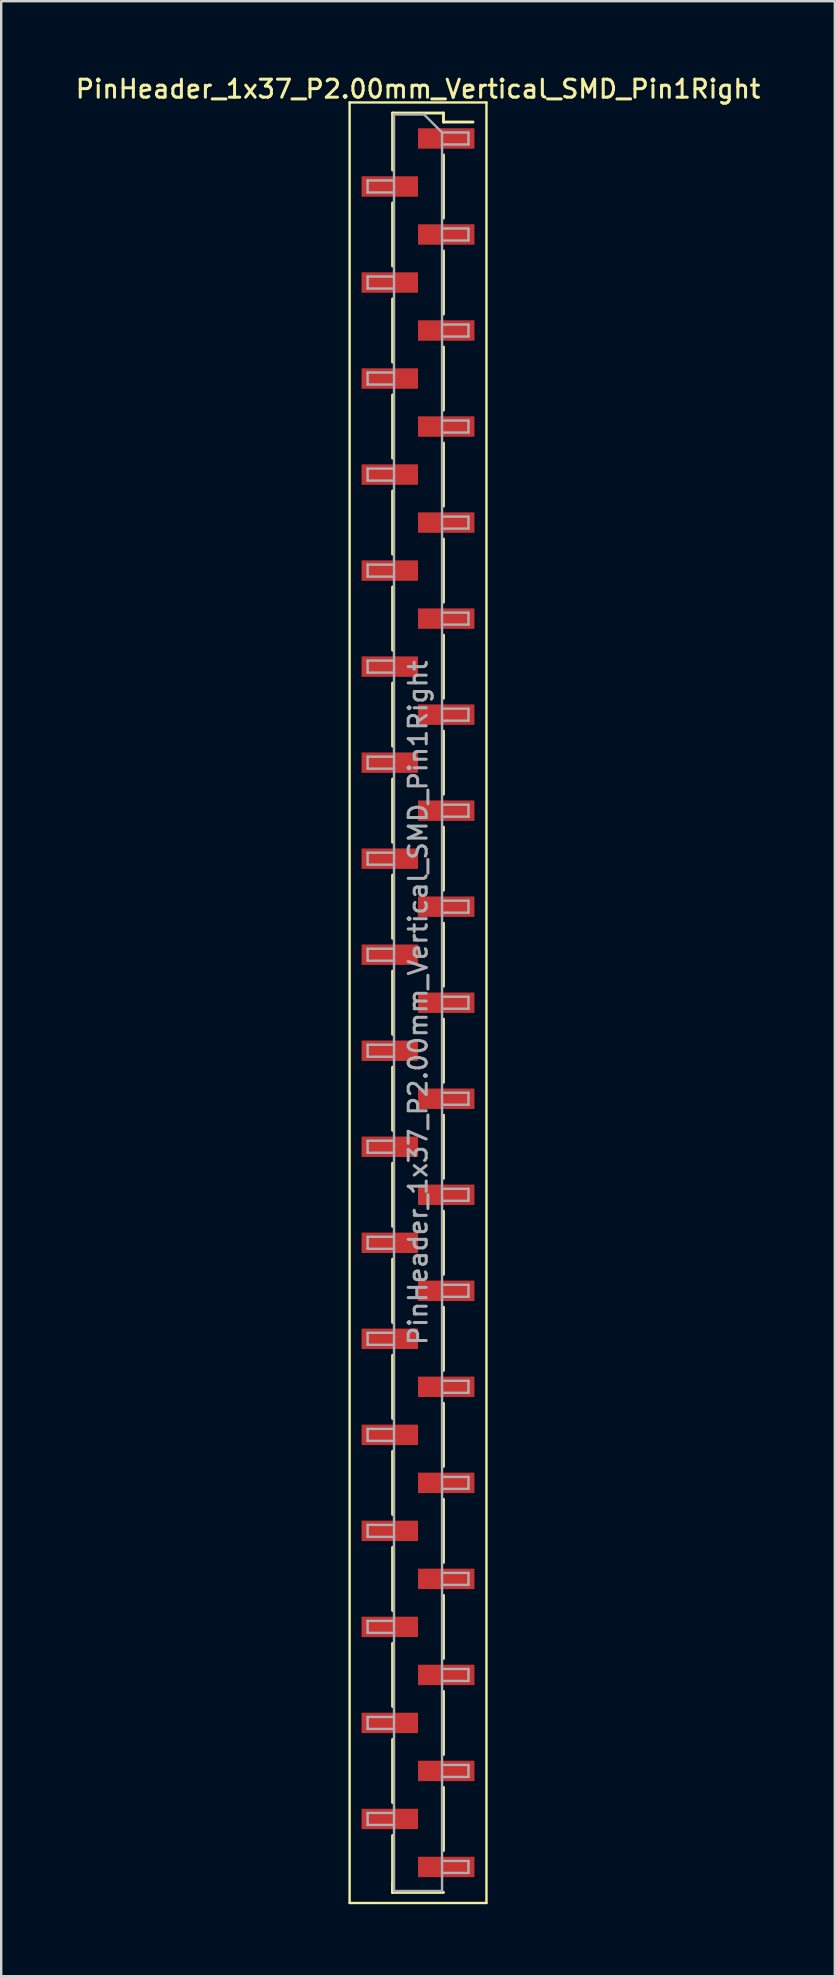
<source format=kicad_pcb>
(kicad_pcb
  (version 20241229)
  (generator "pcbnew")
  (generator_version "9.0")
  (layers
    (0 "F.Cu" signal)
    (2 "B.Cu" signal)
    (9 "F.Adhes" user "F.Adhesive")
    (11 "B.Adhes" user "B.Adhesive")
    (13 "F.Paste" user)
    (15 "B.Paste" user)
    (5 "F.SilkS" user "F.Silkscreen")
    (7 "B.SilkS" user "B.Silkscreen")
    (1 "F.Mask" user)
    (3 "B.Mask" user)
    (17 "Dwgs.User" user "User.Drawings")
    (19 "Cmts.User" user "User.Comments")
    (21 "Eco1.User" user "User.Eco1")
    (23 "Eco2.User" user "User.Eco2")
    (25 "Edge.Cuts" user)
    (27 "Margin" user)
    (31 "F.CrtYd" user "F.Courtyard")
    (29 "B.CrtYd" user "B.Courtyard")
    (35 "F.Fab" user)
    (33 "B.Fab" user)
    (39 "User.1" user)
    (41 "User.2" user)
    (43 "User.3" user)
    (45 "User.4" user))
  (footprint "PinHeader_1x37_P2.00mm_Vertical_SMD_Pin1Right"
    (layer "F.Cu")
    (at 14.363 38.718)
    (property "Reference" "PinHeader_1x37_P2.00mm_Vertical_SMD_Pin1Right" (at 0 -38.06 0) (layer "F.SilkS") (effects (font (size 0.75 0.75) (thickness 0.125))))
    (attr smd)
    (fp_line (start -2.85 -37.5) (end -2.85 37.5) (stroke (width 0.1) (type solid)) (layer "F.SilkS"))
    (fp_line (start -2.85 37.5) (end 2.85 37.5) (stroke (width 0.1) (type solid)) (layer "F.SilkS"))
    (fp_line (start -1.06 -37.06) (end -1.06 -34.685) (stroke (width 0.12) (type solid)) (layer "F.SilkS"))
    (fp_line (start -1.06 -37.06) (end 1.06 -37.06) (stroke (width 0.12) (type solid)) (layer "F.SilkS"))
    (fp_line (start -1.06 -33.315) (end -1.06 -30.685) (stroke (width 0.12) (type solid)) (layer "F.SilkS"))
    (fp_line (start -1.06 -29.315) (end -1.06 -26.685) (stroke (width 0.12) (type solid)) (layer "F.SilkS"))
    (fp_line (start -1.06 -25.315) (end -1.06 -22.685) (stroke (width 0.12) (type solid)) (layer "F.SilkS"))
    (fp_line (start -1.06 -21.315) (end -1.06 -18.685) (stroke (width 0.12) (type solid)) (layer "F.SilkS"))
    (fp_line (start -1.06 -17.315) (end -1.06 -14.685) (stroke (width 0.12) (type solid)) (layer "F.SilkS"))
    (fp_line (start -1.06 -13.315) (end -1.06 -10.685) (stroke (width 0.12) (type solid)) (layer "F.SilkS"))
    (fp_line (start -1.06 -9.315) (end -1.06 -6.685) (stroke (width 0.12) (type solid)) (layer "F.SilkS"))
    (fp_line (start -1.06 -5.315) (end -1.06 -2.685) (stroke (width 0.12) (type solid)) (layer "F.SilkS"))
    (fp_line (start -1.06 -1.315) (end -1.06 1.315) (stroke (width 0.12) (type solid)) (layer "F.SilkS"))
    (fp_line (start -1.06 2.685) (end -1.06 5.315) (stroke (width 0.12) (type solid)) (layer "F.SilkS"))
    (fp_line (start -1.06 6.685) (end -1.06 9.315) (stroke (width 0.12) (type solid)) (layer "F.SilkS"))
    (fp_line (start -1.06 10.685) (end -1.06 13.315) (stroke (width 0.12) (type solid)) (layer "F.SilkS"))
    (fp_line (start -1.06 14.685) (end -1.06 17.315) (stroke (width 0.12) (type solid)) (layer "F.SilkS"))
    (fp_line (start -1.06 18.685) (end -1.06 21.315) (stroke (width 0.12) (type solid)) (layer "F.SilkS"))
    (fp_line (start -1.06 22.685) (end -1.06 25.315) (stroke (width 0.12) (type solid)) (layer "F.SilkS"))
    (fp_line (start -1.06 26.685) (end -1.06 29.315) (stroke (width 0.12) (type solid)) (layer "F.SilkS"))
    (fp_line (start -1.06 30.685) (end -1.06 33.315) (stroke (width 0.12) (type solid)) (layer "F.SilkS"))
    (fp_line (start -1.06 34.685) (end -1.06 37.06) (stroke (width 0.12) (type solid)) (layer "F.SilkS"))
    (fp_line (start -1.06 36.685) (end -1.06 37.06) (stroke (width 0.12) (type solid)) (layer "F.SilkS"))
    (fp_line (start -1.06 37.06) (end 1.06 37.06) (stroke (width 0.12) (type solid)) (layer "F.SilkS"))
    (fp_line (start 1.06 -37.06) (end 1.06 -36.685) (stroke (width 0.12) (type solid)) (layer "F.SilkS"))
    (fp_line (start 1.06 -36.685) (end 2.29 -36.685) (stroke (width 0.12) (type solid)) (layer "F.SilkS"))
    (fp_line (start 1.06 -35.315) (end 1.06 -32.685) (stroke (width 0.12) (type solid)) (layer "F.SilkS"))
    (fp_line (start 1.06 -31.315) (end 1.06 -28.685) (stroke (width 0.12) (type solid)) (layer "F.SilkS"))
    (fp_line (start 1.06 -27.315) (end 1.06 -24.685) (stroke (width 0.12) (type solid)) (layer "F.SilkS"))
    (fp_line (start 1.06 -23.315) (end 1.06 -20.685) (stroke (width 0.12) (type solid)) (layer "F.SilkS"))
    (fp_line (start 1.06 -19.315) (end 1.06 -16.685) (stroke (width 0.12) (type solid)) (layer "F.SilkS"))
    (fp_line (start 1.06 -15.315) (end 1.06 -12.685) (stroke (width 0.12) (type solid)) (layer "F.SilkS"))
    (fp_line (start 1.06 -11.315) (end 1.06 -8.685) (stroke (width 0.12) (type solid)) (layer "F.SilkS"))
    (fp_line (start 1.06 -7.315) (end 1.06 -4.685) (stroke (width 0.12) (type solid)) (layer "F.SilkS"))
    (fp_line (start 1.06 -3.315) (end 1.06 -0.685) (stroke (width 0.12) (type solid)) (layer "F.SilkS"))
    (fp_line (start 1.06 0.685) (end 1.06 3.315) (stroke (width 0.12) (type solid)) (layer "F.SilkS"))
    (fp_line (start 1.06 4.685) (end 1.06 7.315) (stroke (width 0.12) (type solid)) (layer "F.SilkS"))
    (fp_line (start 1.06 8.685) (end 1.06 11.315) (stroke (width 0.12) (type solid)) (layer "F.SilkS"))
    (fp_line (start 1.06 12.685) (end 1.06 15.315) (stroke (width 0.12) (type solid)) (layer "F.SilkS"))
    (fp_line (start 1.06 16.685) (end 1.06 19.315) (stroke (width 0.12) (type solid)) (layer "F.SilkS"))
    (fp_line (start 1.06 20.685) (end 1.06 23.315) (stroke (width 0.12) (type solid)) (layer "F.SilkS"))
    (fp_line (start 1.06 24.685) (end 1.06 27.315) (stroke (width 0.12) (type solid)) (layer "F.SilkS"))
    (fp_line (start 1.06 28.685) (end 1.06 31.315) (stroke (width 0.12) (type solid)) (layer "F.SilkS"))
    (fp_line (start 1.06 32.685) (end 1.06 35.315) (stroke (width 0.12) (type solid)) (layer "F.SilkS"))
    (fp_line (start 2.85 -37.5) (end -2.85 -37.5) (stroke (width 0.1) (type solid)) (layer "F.SilkS"))
    (fp_line (start 2.85 37.5) (end 2.85 -37.5) (stroke (width 0.1) (type solid)) (layer "F.SilkS"))
    (fp_line (start -2.1 -34.25) (end -2.1 -33.75) (stroke (width 0.1) (type solid)) (layer "F.Fab"))
    (fp_line (start -2.1 -33.75) (end -1 -33.75) (stroke (width 0.1) (type solid)) (layer "F.Fab"))
    (fp_line (start -2.1 -30.25) (end -2.1 -29.75) (stroke (width 0.1) (type solid)) (layer "F.Fab"))
    (fp_line (start -2.1 -29.75) (end -1 -29.75) (stroke (width 0.1) (type solid)) (layer "F.Fab"))
    (fp_line (start -2.1 -26.25) (end -2.1 -25.75) (stroke (width 0.1) (type solid)) (layer "F.Fab"))
    (fp_line (start -2.1 -25.75) (end -1 -25.75) (stroke (width 0.1) (type solid)) (layer "F.Fab"))
    (fp_line (start -2.1 -22.25) (end -2.1 -21.75) (stroke (width 0.1) (type solid)) (layer "F.Fab"))
    (fp_line (start -2.1 -21.75) (end -1 -21.75) (stroke (width 0.1) (type solid)) (layer "F.Fab"))
    (fp_line (start -2.1 -18.25) (end -2.1 -17.75) (stroke (width 0.1) (type solid)) (layer "F.Fab"))
    (fp_line (start -2.1 -17.75) (end -1 -17.75) (stroke (width 0.1) (type solid)) (layer "F.Fab"))
    (fp_line (start -2.1 -14.25) (end -2.1 -13.75) (stroke (width 0.1) (type solid)) (layer "F.Fab"))
    (fp_line (start -2.1 -13.75) (end -1 -13.75) (stroke (width 0.1) (type solid)) (layer "F.Fab"))
    (fp_line (start -2.1 -10.25) (end -2.1 -9.75) (stroke (width 0.1) (type solid)) (layer "F.Fab"))
    (fp_line (start -2.1 -9.75) (end -1 -9.75) (stroke (width 0.1) (type solid)) (layer "F.Fab"))
    (fp_line (start -2.1 -6.25) (end -2.1 -5.75) (stroke (width 0.1) (type solid)) (layer "F.Fab"))
    (fp_line (start -2.1 -5.75) (end -1 -5.75) (stroke (width 0.1) (type solid)) (layer "F.Fab"))
    (fp_line (start -2.1 -2.25) (end -2.1 -1.75) (stroke (width 0.1) (type solid)) (layer "F.Fab"))
    (fp_line (start -2.1 -1.75) (end -1 -1.75) (stroke (width 0.1) (type solid)) (layer "F.Fab"))
    (fp_line (start -2.1 1.75) (end -2.1 2.25) (stroke (width 0.1) (type solid)) (layer "F.Fab"))
    (fp_line (start -2.1 2.25) (end -1 2.25) (stroke (width 0.1) (type solid)) (layer "F.Fab"))
    (fp_line (start -2.1 5.75) (end -2.1 6.25) (stroke (width 0.1) (type solid)) (layer "F.Fab"))
    (fp_line (start -2.1 6.25) (end -1 6.25) (stroke (width 0.1) (type solid)) (layer "F.Fab"))
    (fp_line (start -2.1 9.75) (end -2.1 10.25) (stroke (width 0.1) (type solid)) (layer "F.Fab"))
    (fp_line (start -2.1 10.25) (end -1 10.25) (stroke (width 0.1) (type solid)) (layer "F.Fab"))
    (fp_line (start -2.1 13.75) (end -2.1 14.25) (stroke (width 0.1) (type solid)) (layer "F.Fab"))
    (fp_line (start -2.1 14.25) (end -1 14.25) (stroke (width 0.1) (type solid)) (layer "F.Fab"))
    (fp_line (start -2.1 17.75) (end -2.1 18.25) (stroke (width 0.1) (type solid)) (layer "F.Fab"))
    (fp_line (start -2.1 18.25) (end -1 18.25) (stroke (width 0.1) (type solid)) (layer "F.Fab"))
    (fp_line (start -2.1 21.75) (end -2.1 22.25) (stroke (width 0.1) (type solid)) (layer "F.Fab"))
    (fp_line (start -2.1 22.25) (end -1 22.25) (stroke (width 0.1) (type solid)) (layer "F.Fab"))
    (fp_line (start -2.1 25.75) (end -2.1 26.25) (stroke (width 0.1) (type solid)) (layer "F.Fab"))
    (fp_line (start -2.1 26.25) (end -1 26.25) (stroke (width 0.1) (type solid)) (layer "F.Fab"))
    (fp_line (start -2.1 29.75) (end -2.1 30.25) (stroke (width 0.1) (type solid)) (layer "F.Fab"))
    (fp_line (start -2.1 30.25) (end -1 30.25) (stroke (width 0.1) (type solid)) (layer "F.Fab"))
    (fp_line (start -2.1 33.75) (end -2.1 34.25) (stroke (width 0.1) (type solid)) (layer "F.Fab"))
    (fp_line (start -2.1 34.25) (end -1 34.25) (stroke (width 0.1) (type solid)) (layer "F.Fab"))
    (fp_line (start -1 -37) (end -1 37) (stroke (width 0.1) (type solid)) (layer "F.Fab"))
    (fp_line (start -1 -37) (end 0.25 -37) (stroke (width 0.1) (type solid)) (layer "F.Fab"))
    (fp_line (start -1 -34.25) (end -2.1 -34.25) (stroke (width 0.1) (type solid)) (layer "F.Fab"))
    (fp_line (start -1 -30.25) (end -2.1 -30.25) (stroke (width 0.1) (type solid)) (layer "F.Fab"))
    (fp_line (start -1 -26.25) (end -2.1 -26.25) (stroke (width 0.1) (type solid)) (layer "F.Fab"))
    (fp_line (start -1 -22.25) (end -2.1 -22.25) (stroke (width 0.1) (type solid)) (layer "F.Fab"))
    (fp_line (start -1 -18.25) (end -2.1 -18.25) (stroke (width 0.1) (type solid)) (layer "F.Fab"))
    (fp_line (start -1 -14.25) (end -2.1 -14.25) (stroke (width 0.1) (type solid)) (layer "F.Fab"))
    (fp_line (start -1 -10.25) (end -2.1 -10.25) (stroke (width 0.1) (type solid)) (layer "F.Fab"))
    (fp_line (start -1 -6.25) (end -2.1 -6.25) (stroke (width 0.1) (type solid)) (layer "F.Fab"))
    (fp_line (start -1 -2.25) (end -2.1 -2.25) (stroke (width 0.1) (type solid)) (layer "F.Fab"))
    (fp_line (start -1 1.75) (end -2.1 1.75) (stroke (width 0.1) (type solid)) (layer "F.Fab"))
    (fp_line (start -1 5.75) (end -2.1 5.75) (stroke (width 0.1) (type solid)) (layer "F.Fab"))
    (fp_line (start -1 9.75) (end -2.1 9.75) (stroke (width 0.1) (type solid)) (layer "F.Fab"))
    (fp_line (start -1 13.75) (end -2.1 13.75) (stroke (width 0.1) (type solid)) (layer "F.Fab"))
    (fp_line (start -1 17.75) (end -2.1 17.75) (stroke (width 0.1) (type solid)) (layer "F.Fab"))
    (fp_line (start -1 21.75) (end -2.1 21.75) (stroke (width 0.1) (type solid)) (layer "F.Fab"))
    (fp_line (start -1 25.75) (end -2.1 25.75) (stroke (width 0.1) (type solid)) (layer "F.Fab"))
    (fp_line (start -1 29.75) (end -2.1 29.75) (stroke (width 0.1) (type solid)) (layer "F.Fab"))
    (fp_line (start -1 33.75) (end -2.1 33.75) (stroke (width 0.1) (type solid)) (layer "F.Fab"))
    (fp_line (start 1 -36.25) (end 0.25 -37) (stroke (width 0.1) (type solid)) (layer "F.Fab"))
    (fp_line (start 1 -36.25) (end 2.1 -36.25) (stroke (width 0.1) (type solid)) (layer "F.Fab"))
    (fp_line (start 1 -32.25) (end 2.1 -32.25) (stroke (width 0.1) (type solid)) (layer "F.Fab"))
    (fp_line (start 1 -28.25) (end 2.1 -28.25) (stroke (width 0.1) (type solid)) (layer "F.Fab"))
    (fp_line (start 1 -24.25) (end 2.1 -24.25) (stroke (width 0.1) (type solid)) (layer "F.Fab"))
    (fp_line (start 1 -20.25) (end 2.1 -20.25) (stroke (width 0.1) (type solid)) (layer "F.Fab"))
    (fp_line (start 1 -16.25) (end 2.1 -16.25) (stroke (width 0.1) (type solid)) (layer "F.Fab"))
    (fp_line (start 1 -12.25) (end 2.1 -12.25) (stroke (width 0.1) (type solid)) (layer "F.Fab"))
    (fp_line (start 1 -8.25) (end 2.1 -8.25) (stroke (width 0.1) (type solid)) (layer "F.Fab"))
    (fp_line (start 1 -4.25) (end 2.1 -4.25) (stroke (width 0.1) (type solid)) (layer "F.Fab"))
    (fp_line (start 1 -0.25) (end 2.1 -0.25) (stroke (width 0.1) (type solid)) (layer "F.Fab"))
    (fp_line (start 1 3.75) (end 2.1 3.75) (stroke (width 0.1) (type solid)) (layer "F.Fab"))
    (fp_line (start 1 7.75) (end 2.1 7.75) (stroke (width 0.1) (type solid)) (layer "F.Fab"))
    (fp_line (start 1 11.75) (end 2.1 11.75) (stroke (width 0.1) (type solid)) (layer "F.Fab"))
    (fp_line (start 1 15.75) (end 2.1 15.75) (stroke (width 0.1) (type solid)) (layer "F.Fab"))
    (fp_line (start 1 19.75) (end 2.1 19.75) (stroke (width 0.1) (type solid)) (layer "F.Fab"))
    (fp_line (start 1 23.75) (end 2.1 23.75) (stroke (width 0.1) (type solid)) (layer "F.Fab"))
    (fp_line (start 1 27.75) (end 2.1 27.75) (stroke (width 0.1) (type solid)) (layer "F.Fab"))
    (fp_line (start 1 31.75) (end 2.1 31.75) (stroke (width 0.1) (type solid)) (layer "F.Fab"))
    (fp_line (start 1 35.75) (end 2.1 35.75) (stroke (width 0.1) (type solid)) (layer "F.Fab"))
    (fp_line (start 1 37) (end -1 37) (stroke (width 0.1) (type solid)) (layer "F.Fab"))
    (fp_line (start 1 37) (end 1 -36.25) (stroke (width 0.1) (type solid)) (layer "F.Fab"))
    (fp_line (start 2.1 -36.25) (end 2.1 -35.75) (stroke (width 0.1) (type solid)) (layer "F.Fab"))
    (fp_line (start 2.1 -35.75) (end 1 -35.75) (stroke (width 0.1) (type solid)) (layer "F.Fab"))
    (fp_line (start 2.1 -32.25) (end 2.1 -31.75) (stroke (width 0.1) (type solid)) (layer "F.Fab"))
    (fp_line (start 2.1 -31.75) (end 1 -31.75) (stroke (width 0.1) (type solid)) (layer "F.Fab"))
    (fp_line (start 2.1 -28.25) (end 2.1 -27.75) (stroke (width 0.1) (type solid)) (layer "F.Fab"))
    (fp_line (start 2.1 -27.75) (end 1 -27.75) (stroke (width 0.1) (type solid)) (layer "F.Fab"))
    (fp_line (start 2.1 -24.25) (end 2.1 -23.75) (stroke (width 0.1) (type solid)) (layer "F.Fab"))
    (fp_line (start 2.1 -23.75) (end 1 -23.75) (stroke (width 0.1) (type solid)) (layer "F.Fab"))
    (fp_line (start 2.1 -20.25) (end 2.1 -19.75) (stroke (width 0.1) (type solid)) (layer "F.Fab"))
    (fp_line (start 2.1 -19.75) (end 1 -19.75) (stroke (width 0.1) (type solid)) (layer "F.Fab"))
    (fp_line (start 2.1 -16.25) (end 2.1 -15.75) (stroke (width 0.1) (type solid)) (layer "F.Fab"))
    (fp_line (start 2.1 -15.75) (end 1 -15.75) (stroke (width 0.1) (type solid)) (layer "F.Fab"))
    (fp_line (start 2.1 -12.25) (end 2.1 -11.75) (stroke (width 0.1) (type solid)) (layer "F.Fab"))
    (fp_line (start 2.1 -11.75) (end 1 -11.75) (stroke (width 0.1) (type solid)) (layer "F.Fab"))
    (fp_line (start 2.1 -8.25) (end 2.1 -7.75) (stroke (width 0.1) (type solid)) (layer "F.Fab"))
    (fp_line (start 2.1 -7.75) (end 1 -7.75) (stroke (width 0.1) (type solid)) (layer "F.Fab"))
    (fp_line (start 2.1 -4.25) (end 2.1 -3.75) (stroke (width 0.1) (type solid)) (layer "F.Fab"))
    (fp_line (start 2.1 -3.75) (end 1 -3.75) (stroke (width 0.1) (type solid)) (layer "F.Fab"))
    (fp_line (start 2.1 -0.25) (end 2.1 0.25) (stroke (width 0.1) (type solid)) (layer "F.Fab"))
    (fp_line (start 2.1 0.25) (end 1 0.25) (stroke (width 0.1) (type solid)) (layer "F.Fab"))
    (fp_line (start 2.1 3.75) (end 2.1 4.25) (stroke (width 0.1) (type solid)) (layer "F.Fab"))
    (fp_line (start 2.1 4.25) (end 1 4.25) (stroke (width 0.1) (type solid)) (layer "F.Fab"))
    (fp_line (start 2.1 7.75) (end 2.1 8.25) (stroke (width 0.1) (type solid)) (layer "F.Fab"))
    (fp_line (start 2.1 8.25) (end 1 8.25) (stroke (width 0.1) (type solid)) (layer "F.Fab"))
    (fp_line (start 2.1 11.75) (end 2.1 12.25) (stroke (width 0.1) (type solid)) (layer "F.Fab"))
    (fp_line (start 2.1 12.25) (end 1 12.25) (stroke (width 0.1) (type solid)) (layer "F.Fab"))
    (fp_line (start 2.1 15.75) (end 2.1 16.25) (stroke (width 0.1) (type solid)) (layer "F.Fab"))
    (fp_line (start 2.1 16.25) (end 1 16.25) (stroke (width 0.1) (type solid)) (layer "F.Fab"))
    (fp_line (start 2.1 19.75) (end 2.1 20.25) (stroke (width 0.1) (type solid)) (layer "F.Fab"))
    (fp_line (start 2.1 20.25) (end 1 20.25) (stroke (width 0.1) (type solid)) (layer "F.Fab"))
    (fp_line (start 2.1 23.75) (end 2.1 24.25) (stroke (width 0.1) (type solid)) (layer "F.Fab"))
    (fp_line (start 2.1 24.25) (end 1 24.25) (stroke (width 0.1) (type solid)) (layer "F.Fab"))
    (fp_line (start 2.1 27.75) (end 2.1 28.25) (stroke (width 0.1) (type solid)) (layer "F.Fab"))
    (fp_line (start 2.1 28.25) (end 1 28.25) (stroke (width 0.1) (type solid)) (layer "F.Fab"))
    (fp_line (start 2.1 31.75) (end 2.1 32.25) (stroke (width 0.1) (type solid)) (layer "F.Fab"))
    (fp_line (start 2.1 32.25) (end 1 32.25) (stroke (width 0.1) (type solid)) (layer "F.Fab"))
    (fp_line (start 2.1 35.75) (end 2.1 36.25) (stroke (width 0.1) (type solid)) (layer "F.Fab"))
    (fp_line (start 2.1 36.25) (end 1 36.25) (stroke (width 0.1) (type solid)) (layer "F.Fab"))
    (fp_text user "${REFERENCE}" (at 0 0 90) (layer "F.Fab") (effects (font (size 0.75 0.75) (thickness 0.125))))
    (pad "1" smd rect (at 1.175 -36) (size 2.35 0.85) (layers "F.Cu" "F.Mask" "F.Paste"))
    (pad "2" smd rect (at -1.175 -34) (size 2.35 0.85) (layers "F.Cu" "F.Mask" "F.Paste"))
    (pad "3" smd rect (at 1.175 -32) (size 2.35 0.85) (layers "F.Cu" "F.Mask" "F.Paste"))
    (pad "4" smd rect (at -1.175 -30) (size 2.35 0.85) (layers "F.Cu" "F.Mask" "F.Paste"))
    (pad "5" smd rect (at 1.175 -28) (size 2.35 0.85) (layers "F.Cu" "F.Mask" "F.Paste"))
    (pad "6" smd rect (at -1.175 -26) (size 2.35 0.85) (layers "F.Cu" "F.Mask" "F.Paste"))
    (pad "7" smd rect (at 1.175 -24) (size 2.35 0.85) (layers "F.Cu" "F.Mask" "F.Paste"))
    (pad "8" smd rect (at -1.175 -22) (size 2.35 0.85) (layers "F.Cu" "F.Mask" "F.Paste"))
    (pad "9" smd rect (at 1.175 -20) (size 2.35 0.85) (layers "F.Cu" "F.Mask" "F.Paste"))
    (pad "10" smd rect (at -1.175 -18) (size 2.35 0.85) (layers "F.Cu" "F.Mask" "F.Paste"))
    (pad "11" smd rect (at 1.175 -16) (size 2.35 0.85) (layers "F.Cu" "F.Mask" "F.Paste"))
    (pad "12" smd rect (at -1.175 -14) (size 2.35 0.85) (layers "F.Cu" "F.Mask" "F.Paste"))
    (pad "13" smd rect (at 1.175 -12) (size 2.35 0.85) (layers "F.Cu" "F.Mask" "F.Paste"))
    (pad "14" smd rect (at -1.175 -10) (size 2.35 0.85) (layers "F.Cu" "F.Mask" "F.Paste"))
    (pad "15" smd rect (at 1.175 -8) (size 2.35 0.85) (layers "F.Cu" "F.Mask" "F.Paste"))
    (pad "16" smd rect (at -1.175 -6) (size 2.35 0.85) (layers "F.Cu" "F.Mask" "F.Paste"))
    (pad "17" smd rect (at 1.175 -4) (size 2.35 0.85) (layers "F.Cu" "F.Mask" "F.Paste"))
    (pad "18" smd rect (at -1.175 -2) (size 2.35 0.85) (layers "F.Cu" "F.Mask" "F.Paste"))
    (pad "19" smd rect (at 1.175 0) (size 2.35 0.85) (layers "F.Cu" "F.Mask" "F.Paste"))
    (pad "20" smd rect (at -1.175 2) (size 2.35 0.85) (layers "F.Cu" "F.Mask" "F.Paste"))
    (pad "21" smd rect (at 1.175 4) (size 2.35 0.85) (layers "F.Cu" "F.Mask" "F.Paste"))
    (pad "22" smd rect (at -1.175 6) (size 2.35 0.85) (layers "F.Cu" "F.Mask" "F.Paste"))
    (pad "23" smd rect (at 1.175 8) (size 2.35 0.85) (layers "F.Cu" "F.Mask" "F.Paste"))
    (pad "24" smd rect (at -1.175 10) (size 2.35 0.85) (layers "F.Cu" "F.Mask" "F.Paste"))
    (pad "25" smd rect (at 1.175 12) (size 2.35 0.85) (layers "F.Cu" "F.Mask" "F.Paste"))
    (pad "26" smd rect (at -1.175 14) (size 2.35 0.85) (layers "F.Cu" "F.Mask" "F.Paste"))
    (pad "27" smd rect (at 1.175 16) (size 2.35 0.85) (layers "F.Cu" "F.Mask" "F.Paste"))
    (pad "28" smd rect (at -1.175 18) (size 2.35 0.85) (layers "F.Cu" "F.Mask" "F.Paste"))
    (pad "29" smd rect (at 1.175 20) (size 2.35 0.85) (layers "F.Cu" "F.Mask" "F.Paste"))
    (pad "30" smd rect (at -1.175 22) (size 2.35 0.85) (layers "F.Cu" "F.Mask" "F.Paste"))
    (pad "31" smd rect (at 1.175 24) (size 2.35 0.85) (layers "F.Cu" "F.Mask" "F.Paste"))
    (pad "32" smd rect (at -1.175 26) (size 2.35 0.85) (layers "F.Cu" "F.Mask" "F.Paste"))
    (pad "33" smd rect (at 1.175 28) (size 2.35 0.85) (layers "F.Cu" "F.Mask" "F.Paste"))
    (pad "34" smd rect (at -1.175 30) (size 2.35 0.85) (layers "F.Cu" "F.Mask" "F.Paste"))
    (pad "35" smd rect (at 1.175 32) (size 2.35 0.85) (layers "F.Cu" "F.Mask" "F.Paste"))
    (pad "36" smd rect (at -1.175 34) (size 2.35 0.85) (layers "F.Cu" "F.Mask" "F.Paste"))
    (pad "37" smd rect (at 1.175 36) (size 2.35 0.85) (layers "F.Cu" "F.Mask" "F.Paste")))
  (gr_rect
    (start -3 -3)
    (end 31.725 79.268)
    (stroke (width 0.1) (type default))
    (fill no)
    (layer "Edge.Cuts")))
</source>
